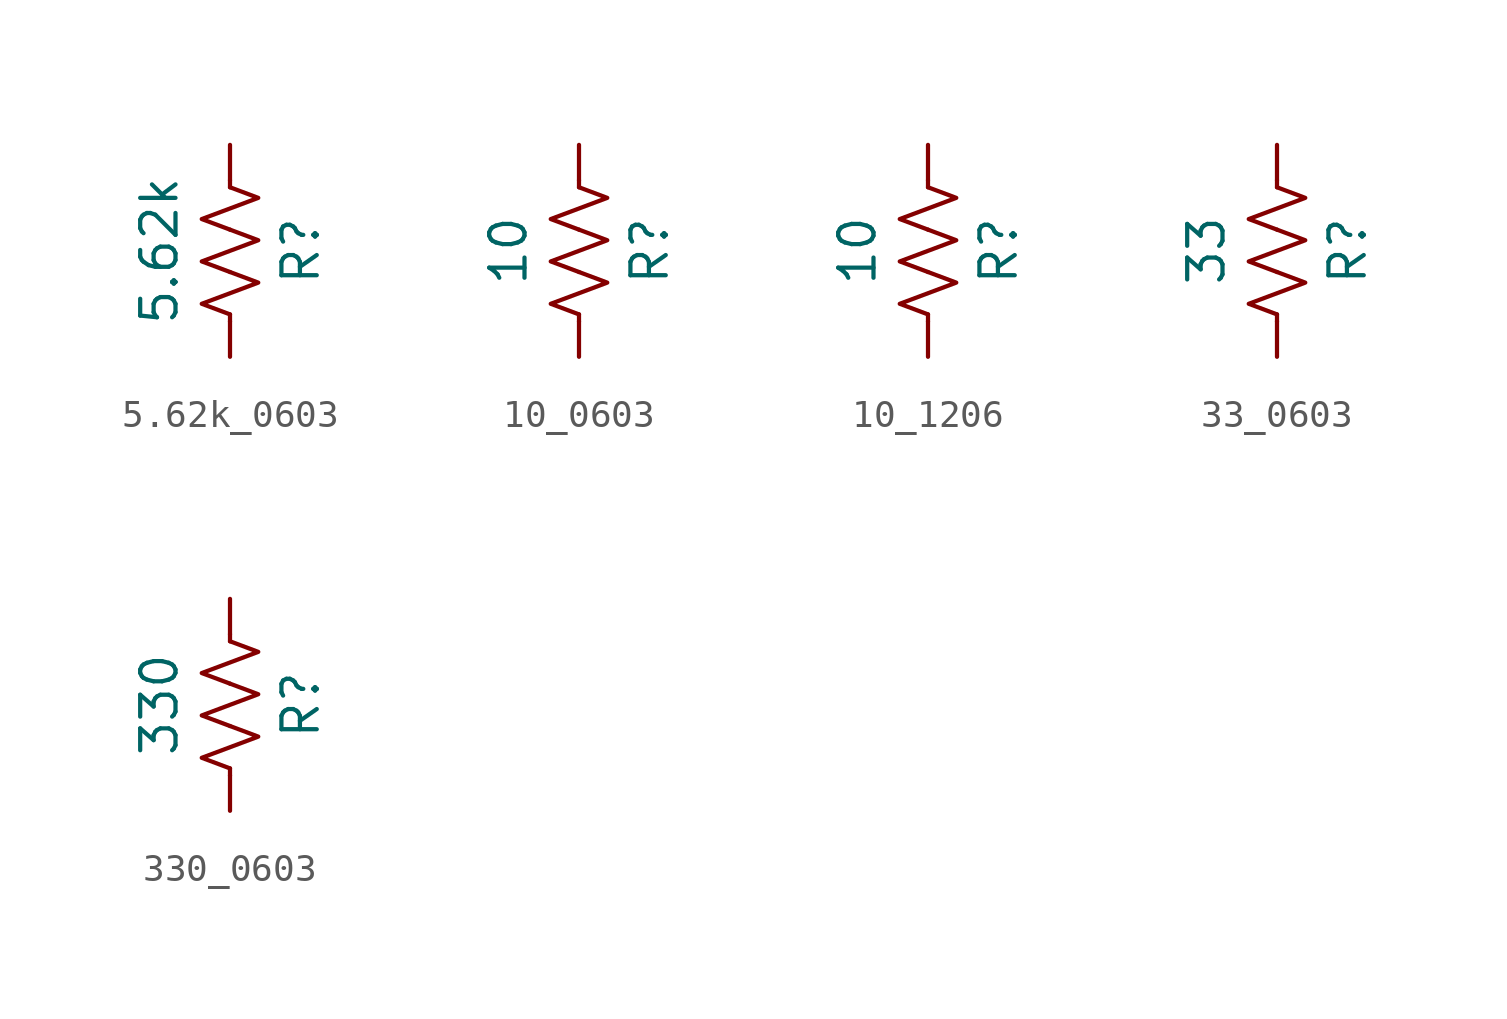
<source format=kicad_sym>
(kicad_symbol_lib
  (version 20220914)
  (generator kicad_symbol_editor)
  (symbol "5.62k_0603"
    (pin_numbers hide)
    (pin_names
      (offset 0))
    (property "Reference" "R"
      (at 2.54 0 90)
      (effects (font (size 1.27 1.27))))
    (property "Value" "5.62k"
      (at -2.54 0 90)
      (effects (font (size 1.27 1.27))))
    (symbol "5.62k_0603_0_1"
      (polyline (pts (xy 0 -2.286) (xy 0 -2.54)) (stroke (width 0) (type default)) (fill (type none)))
      (polyline (pts (xy 0 2.286) (xy 0 2.54)) (stroke (width 0) (type default)) (fill (type none)))
      (polyline (pts (xy 0 -0.762) (xy 1.016 -1.143) (xy 0 -1.524) (xy -1.016 -1.905) (xy 0 -2.286)) (stroke (width 0) (type default)) (fill (type none)))
      (polyline (pts (xy 0 0.762) (xy 1.016 0.381) (xy 0 0) (xy -1.016 -0.381) (xy 0 -0.762)) (stroke (width 0) (type default)) (fill (type none)))
      (polyline (pts (xy 0 2.286) (xy 1.016 1.905) (xy 0 1.524) (xy -1.016 1.143) (xy 0 0.762)) (stroke (width 0) (type default)) (fill (type none))))
    (symbol "5.62k_0603_1_1"
      (pin passive line (at 0 3.81 270) (length 1.27) (name "~" (effects (font (size 1.27 1.27)))) (number "1" (effects (font (size 1.27 1.27)))))
      (pin passive line (at 0 -3.81 90) (length 1.27) (name "~" (effects (font (size 1.27 1.27)))) (number "2" (effects (font (size 1.27 1.27)))))))
  (symbol "10_0603"
    (pin_numbers hide)
    (pin_names
      (offset 0))
    (property "Reference" "R"
      (at 2.54 0 90)
      (effects (font (size 1.27 1.27))))
    (property "Value" "10"
      (at -2.54 0 90)
      (effects (font (size 1.27 1.27))))
    (symbol "10_0603_0_1"
      (polyline (pts (xy 0 -2.286) (xy 0 -2.54)) (stroke (width 0) (type default)) (fill (type none)))
      (polyline (pts (xy 0 2.286) (xy 0 2.54)) (stroke (width 0) (type default)) (fill (type none)))
      (polyline (pts (xy 0 -0.762) (xy 1.016 -1.143) (xy 0 -1.524) (xy -1.016 -1.905) (xy 0 -2.286)) (stroke (width 0) (type default)) (fill (type none)))
      (polyline (pts (xy 0 0.762) (xy 1.016 0.381) (xy 0 0) (xy -1.016 -0.381) (xy 0 -0.762)) (stroke (width 0) (type default)) (fill (type none)))
      (polyline (pts (xy 0 2.286) (xy 1.016 1.905) (xy 0 1.524) (xy -1.016 1.143) (xy 0 0.762)) (stroke (width 0) (type default)) (fill (type none))))
    (symbol "10_0603_1_1"
      (pin passive line (at 0 3.81 270) (length 1.27) (name "~" (effects (font (size 1.27 1.27)))) (number "1" (effects (font (size 1.27 1.27)))))
      (pin passive line (at 0 -3.81 90) (length 1.27) (name "~" (effects (font (size 1.27 1.27)))) (number "2" (effects (font (size 1.27 1.27)))))))
  (symbol "10_1206"
    (pin_numbers hide)
    (pin_names
      (offset 0))
    (property "Reference" "R"
      (at 2.54 0 90)
      (effects (font (size 1.27 1.27))))
    (property "Value" "10"
      (at -2.54 0 90)
      (effects (font (size 1.27 1.27))))
    (symbol "10_1206_0_1"
      (polyline (pts (xy 0 -2.286) (xy 0 -2.54)) (stroke (width 0) (type default)) (fill (type none)))
      (polyline (pts (xy 0 2.286) (xy 0 2.54)) (stroke (width 0) (type default)) (fill (type none)))
      (polyline (pts (xy 0 -0.762) (xy 1.016 -1.143) (xy 0 -1.524) (xy -1.016 -1.905) (xy 0 -2.286)) (stroke (width 0) (type default)) (fill (type none)))
      (polyline (pts (xy 0 0.762) (xy 1.016 0.381) (xy 0 0) (xy -1.016 -0.381) (xy 0 -0.762)) (stroke (width 0) (type default)) (fill (type none)))
      (polyline (pts (xy 0 2.286) (xy 1.016 1.905) (xy 0 1.524) (xy -1.016 1.143) (xy 0 0.762)) (stroke (width 0) (type default)) (fill (type none))))
    (symbol "10_1206_1_1"
      (pin passive line (at 0 3.81 270) (length 1.27) (name "~" (effects (font (size 1.27 1.27)))) (number "1" (effects (font (size 1.27 1.27)))))
      (pin passive line (at 0 -3.81 90) (length 1.27) (name "~" (effects (font (size 1.27 1.27)))) (number "2" (effects (font (size 1.27 1.27)))))))
  (symbol "33_0603"
    (pin_numbers hide)
    (pin_names
      (offset 0))
    (property "Reference" "R"
      (at 2.54 0 90)
      (effects (font (size 1.27 1.27))))
    (property "Value" "33"
      (at -2.54 0 90)
      (effects (font (size 1.27 1.27))))
    (symbol "33_0603_0_1"
      (polyline (pts (xy 0 -2.286) (xy 0 -2.54)) (stroke (width 0) (type default)) (fill (type none)))
      (polyline (pts (xy 0 2.286) (xy 0 2.54)) (stroke (width 0) (type default)) (fill (type none)))
      (polyline (pts (xy 0 -0.762) (xy 1.016 -1.143) (xy 0 -1.524) (xy -1.016 -1.905) (xy 0 -2.286)) (stroke (width 0) (type default)) (fill (type none)))
      (polyline (pts (xy 0 0.762) (xy 1.016 0.381) (xy 0 0) (xy -1.016 -0.381) (xy 0 -0.762)) (stroke (width 0) (type default)) (fill (type none)))
      (polyline (pts (xy 0 2.286) (xy 1.016 1.905) (xy 0 1.524) (xy -1.016 1.143) (xy 0 0.762)) (stroke (width 0) (type default)) (fill (type none))))
    (symbol "33_0603_1_1"
      (pin passive line (at 0 3.81 270) (length 1.27) (name "~" (effects (font (size 1.27 1.27)))) (number "1" (effects (font (size 1.27 1.27)))))
      (pin passive line (at 0 -3.81 90) (length 1.27) (name "~" (effects (font (size 1.27 1.27)))) (number "2" (effects (font (size 1.27 1.27)))))))
  (symbol "330_0603"
    (pin_numbers hide)
    (pin_names
      (offset 0))
    (property "Reference" "R"
      (at 2.54 0 90)
      (effects (font (size 1.27 1.27))))
    (property "Value" "330"
      (at -2.54 0 90)
      (effects (font (size 1.27 1.27))))
    (symbol "330_0603_0_1"
      (polyline (pts (xy 0 -2.286) (xy 0 -2.54)) (stroke (width 0) (type default)) (fill (type none)))
      (polyline (pts (xy 0 2.286) (xy 0 2.54)) (stroke (width 0) (type default)) (fill (type none)))
      (polyline (pts (xy 0 -0.762) (xy 1.016 -1.143) (xy 0 -1.524) (xy -1.016 -1.905) (xy 0 -2.286)) (stroke (width 0) (type default)) (fill (type none)))
      (polyline (pts (xy 0 0.762) (xy 1.016 0.381) (xy 0 0) (xy -1.016 -0.381) (xy 0 -0.762)) (stroke (width 0) (type default)) (fill (type none)))
      (polyline (pts (xy 0 2.286) (xy 1.016 1.905) (xy 0 1.524) (xy -1.016 1.143) (xy 0 0.762)) (stroke (width 0) (type default)) (fill (type none))))
    (symbol "330_0603_1_1"
      (pin passive line (at 0 3.81 270) (length 1.27) (name "~" (effects (font (size 1.27 1.27)))) (number "1" (effects (font (size 1.27 1.27)))))
      (pin passive line (at 0 -3.81 90) (length 1.27) (name "~" (effects (font (size 1.27 1.27)))) (number "2" (effects (font (size 1.27 1.27))))))))
</source>
